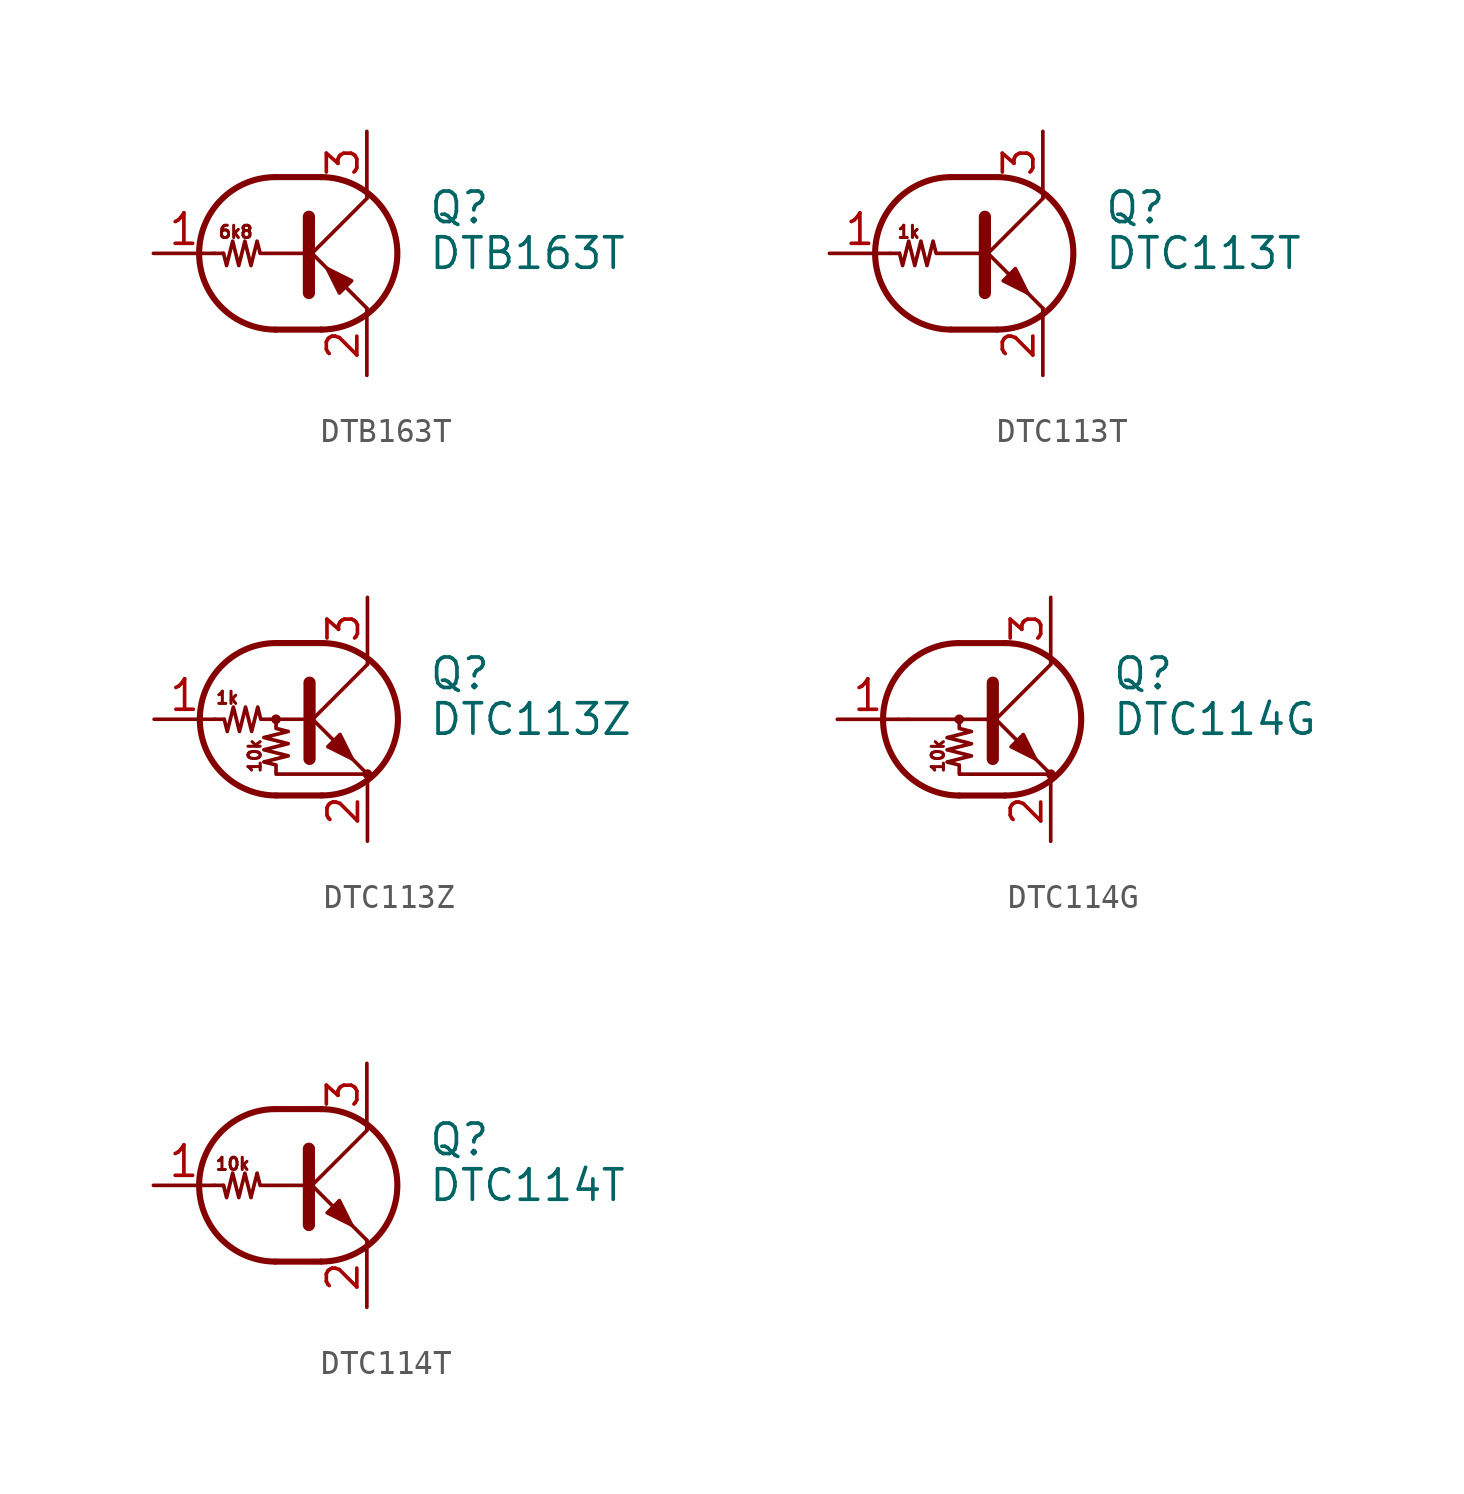
<source format=kicad_sym>
(kicad_symbol_lib
  (version 20200908)
  (generator kicad_symbol_editor)
  (symbol "Transistor_BJT:DTB163T"
    (pin_names
      (offset 0) hide)
    (property "Reference" "Q"
      (at 5.08 1.905 0)
      (effects (font (size 1.27 1.27)) (justify left)))
    (property "Value" "DTB163T"
      (at 5.08 0 0)
      (effects (font (size 1.27 1.27)) (justify left)))
    (symbol "DTB163T_0_1"
      (arc (start -1.27 3.175) (end -1.27 -3.175) (radius (at -1.27 0) (length 3.175) (angles 90.1 -90.1)) (stroke (width 0.254)) (fill (type none)))
      (arc (start 0.635 -3.175) (end 0.635 3.175) (radius (at 0.635 0) (length 3.175) (angles -89.9 89.9)) (stroke (width 0.254)) (fill (type none)))
      (polyline (pts (xy -3.429 0) (xy -3.81 0)) (stroke (width 0)) (fill (type none)))
      (polyline (pts (xy -1.27 -3.175) (xy 0.635 -3.175)) (stroke (width 0.254)) (fill (type none)))
      (polyline (pts (xy -1.27 3.175) (xy 0.635 3.175)) (stroke (width 0.254)) (fill (type none)))
      (polyline (pts (xy 0 -0.254) (xy 2.54 2.286)) (stroke (width 0)) (fill (type none)))
      (polyline (pts (xy 0.127 1.524) (xy 0.127 -1.651)) (stroke (width 0.508)) (fill (type outline)))
      (polyline (pts (xy 2.54 2.286) (xy 2.54 2.54)) (stroke (width 0)) (fill (type none)))
      (polyline (pts (xy 2.54 -2.286) (xy 0 0.254) (xy 0 0.254)) (stroke (width 0)) (fill (type none)))
      (polyline (pts (xy 1.397 -1.651) (xy 1.905 -1.143) (xy 0.889 -0.635) (xy 1.397 -1.651)) (stroke (width 0)) (fill (type outline)))
      (polyline (pts (xy 0 0) (xy -1.905 0) (xy -2.032 0.508) (xy -2.286 -0.508) (xy -2.54 0.508) (xy -2.794 -0.508) (xy -3.048 0.508) (xy -3.302 -0.508) (xy -3.429 0)) (stroke (width 0)) (fill (type none))))
    (symbol "DTB163T_0_0"
      (text "6k8" (at -2.921 0.889 0) (effects (font (size 0.508 0.508))))
      (polyline (pts (xy 2.54 -2.286) (xy 2.54 -2.54)) (stroke (width 0)) (fill (type none))))
    (symbol "DTB163T_1_1"
      (pin input line (at -6.35 0 0) (length 2.54) (name "B" (effects (font (size 1.27 1.27)))) (number "1" (effects (font (size 1.27 1.27)))))
      (pin passive line (at 2.54 -5.08 90) (length 2.54) (name "E" (effects (font (size 1.27 1.27)))) (number "2" (effects (font (size 1.27 1.27)))))
      (pin passive line (at 2.54 5.08 270) (length 2.54) (name "C" (effects (font (size 1.27 1.27)))) (number "3" (effects (font (size 1.27 1.27)))))))
  (symbol "Transistor_BJT:DTC113T"
    (pin_names
      (offset 0) hide)
    (property "Reference" "Q"
      (at 5.08 1.905 0)
      (effects (font (size 1.27 1.27)) (justify left)))
    (property "Value" "DTC113T"
      (at 5.08 0 0)
      (effects (font (size 1.27 1.27)) (justify left)))
    (symbol "DTC113T_0_1"
      (arc (start -1.27 3.175) (end -1.27 -3.175) (radius (at -1.27 0) (length 3.175) (angles 90.1 -90.1)) (stroke (width 0.254)) (fill (type none)))
      (arc (start 0.635 -3.175) (end 0.635 3.175) (radius (at 0.635 0) (length 3.175) (angles -89.9 89.9)) (stroke (width 0.254)) (fill (type none)))
      (polyline (pts (xy -3.429 0) (xy -3.81 0)) (stroke (width 0)) (fill (type none)))
      (polyline (pts (xy -1.27 -3.175) (xy 0.635 -3.175)) (stroke (width 0.254)) (fill (type none)))
      (polyline (pts (xy -1.27 3.175) (xy 0.635 3.175)) (stroke (width 0.254)) (fill (type none)))
      (polyline (pts (xy 0 -0.254) (xy 2.54 2.286)) (stroke (width 0)) (fill (type none)))
      (polyline (pts (xy 0.127 1.524) (xy 0.127 -1.651)) (stroke (width 0.508)) (fill (type outline)))
      (polyline (pts (xy 2.54 2.286) (xy 2.54 2.54)) (stroke (width 0)) (fill (type none)))
      (polyline (pts (xy 2.54 -2.286) (xy 0 0.254) (xy 0 0.254)) (stroke (width 0)) (fill (type none)))
      (polyline (pts (xy 0.889 -1.143) (xy 1.397 -0.635) (xy 1.905 -1.651) (xy 0.889 -1.143)) (stroke (width 0)) (fill (type outline)))
      (polyline (pts (xy 0 0) (xy -1.905 0) (xy -2.032 0.508) (xy -2.286 -0.508) (xy -2.54 0.508) (xy -2.794 -0.508) (xy -3.048 0.508) (xy -3.302 -0.508) (xy -3.429 0)) (stroke (width 0)) (fill (type none))))
    (symbol "DTC113T_0_0"
      (text "1k" (at -3.048 0.889 0) (effects (font (size 0.508 0.508))))
      (polyline (pts (xy 2.54 -2.286) (xy 2.54 -2.54)) (stroke (width 0)) (fill (type none))))
    (symbol "DTC113T_1_1"
      (pin input line (at -6.35 0 0) (length 2.54) (name "B" (effects (font (size 1.27 1.27)))) (number "1" (effects (font (size 1.27 1.27)))))
      (pin passive line (at 2.54 -5.08 90) (length 2.54) (name "E" (effects (font (size 1.27 1.27)))) (number "2" (effects (font (size 1.27 1.27)))))
      (pin passive line (at 2.54 5.08 270) (length 2.54) (name "C" (effects (font (size 1.27 1.27)))) (number "3" (effects (font (size 1.27 1.27)))))))
  (symbol "Transistor_BJT:DTC113Z"
    (pin_names
      (offset 0) hide)
    (property "Reference" "Q"
      (at 5.08 1.905 0)
      (effects (font (size 1.27 1.27)) (justify left)))
    (property "Value" "DTC113Z"
      (at 5.08 0 0)
      (effects (font (size 1.27 1.27)) (justify left)))
    (symbol "DTC113Z_0_1"
      (arc (start -1.27 3.175) (end -1.27 -3.175) (radius (at -1.27 0) (length 3.175) (angles 90.1 -90.1)) (stroke (width 0.254)) (fill (type none)))
      (arc (start 0.635 -3.175) (end 0.635 3.175) (radius (at 0.635 0) (length 3.175) (angles -89.9 89.9)) (stroke (width 0.254)) (fill (type none)))
      (circle (center -1.27 0) (radius 0.127) (stroke (width 0)) (fill (type none)))
      (circle (center 2.54 -2.286) (radius 0.127) (stroke (width 0)) (fill (type none)))
      (polyline (pts (xy -3.429 0) (xy -3.81 0)) (stroke (width 0)) (fill (type none)))
      (polyline (pts (xy -1.27 -3.175) (xy 0.635 -3.175)) (stroke (width 0.254)) (fill (type none)))
      (polyline (pts (xy -1.27 3.175) (xy 0.635 3.175)) (stroke (width 0.254)) (fill (type none)))
      (polyline (pts (xy 0 -0.254) (xy 2.54 2.286)) (stroke (width 0)) (fill (type none)))
      (polyline (pts (xy 0.127 1.524) (xy 0.127 -1.651)) (stroke (width 0.508)) (fill (type outline)))
      (polyline (pts (xy 2.54 2.286) (xy 2.54 2.54)) (stroke (width 0)) (fill (type none)))
      (polyline (pts (xy 2.54 -2.286) (xy 0 0.254) (xy 0 0.254)) (stroke (width 0)) (fill (type none)))
      (polyline (pts (xy 0.889 -1.143) (xy 1.397 -0.635) (xy 1.905 -1.651) (xy 0.889 -1.143)) (stroke (width 0)) (fill (type outline)))
      (polyline (pts (xy 0 0) (xy -1.905 0) (xy -2.032 0.508) (xy -2.286 -0.508) (xy -2.54 0.508) (xy -2.794 -0.508) (xy -3.048 0.508) (xy -3.302 -0.508) (xy -3.429 0)) (stroke (width 0)) (fill (type none)))
      (polyline (pts (xy -1.27 0) (xy -1.27 -0.381) (xy -0.762 -0.508) (xy -1.778 -0.762) (xy -0.762 -1.016) (xy -1.778 -1.27) (xy -0.762 -1.524) (xy -1.778 -1.778) (xy -1.27 -1.905) (xy -1.27 -2.286) (xy 2.54 -2.286)) (stroke (width 0)) (fill (type none))))
    (symbol "DTC113Z_0_0"
      (text "10k" (at -2.159 -1.524 900) (effects (font (size 0.508 0.508))))
      (text "1k" (at -3.302 0.889 0) (effects (font (size 0.508 0.508)))))
    (symbol "DTC113Z_1_1"
      (pin input line (at -6.35 0 0) (length 2.54) (name "B" (effects (font (size 1.27 1.27)))) (number "1" (effects (font (size 1.27 1.27)))))
      (pin passive line (at 2.54 -5.08 90) (length 2.54) (name "E" (effects (font (size 1.27 1.27)))) (number "2" (effects (font (size 1.27 1.27)))))
      (pin passive line (at 2.54 5.08 270) (length 2.54) (name "C" (effects (font (size 1.27 1.27)))) (number "3" (effects (font (size 1.27 1.27)))))))
  (symbol "Transistor_BJT:DTC114G"
    (pin_names
      (offset 0) hide)
    (property "Reference" "Q"
      (at 5.08 1.905 0)
      (effects (font (size 1.27 1.27)) (justify left)))
    (property "Value" "DTC114G"
      (at 5.08 0 0)
      (effects (font (size 1.27 1.27)) (justify left)))
    (symbol "DTC114G_0_1"
      (arc (start -1.27 3.175) (end -1.27 -3.175) (radius (at -1.27 0) (length 3.175) (angles 90.1 -90.1)) (stroke (width 0.254)) (fill (type none)))
      (arc (start 0.635 -3.175) (end 0.635 3.175) (radius (at 0.635 0) (length 3.175) (angles -89.9 89.9)) (stroke (width 0.254)) (fill (type none)))
      (circle (center -1.27 0) (radius 0.127) (stroke (width 0)) (fill (type none)))
      (circle (center 2.54 -2.286) (radius 0.127) (stroke (width 0)) (fill (type none)))
      (polyline (pts (xy -3.429 0) (xy -3.81 0)) (stroke (width 0)) (fill (type none)))
      (polyline (pts (xy -1.27 -3.175) (xy 0.635 -3.175)) (stroke (width 0.254)) (fill (type none)))
      (polyline (pts (xy -1.27 3.175) (xy 0.635 3.175)) (stroke (width 0.254)) (fill (type none)))
      (polyline (pts (xy 0 -0.254) (xy 2.54 2.286)) (stroke (width 0)) (fill (type none)))
      (polyline (pts (xy 0.127 1.524) (xy 0.127 -1.651)) (stroke (width 0.508)) (fill (type outline)))
      (polyline (pts (xy 2.54 2.286) (xy 2.54 2.54)) (stroke (width 0)) (fill (type none)))
      (polyline (pts (xy 2.54 -2.286) (xy 0 0.254) (xy 0 0.254)) (stroke (width 0)) (fill (type none)))
      (polyline (pts (xy 0.889 -1.143) (xy 1.397 -0.635) (xy 1.905 -1.651) (xy 0.889 -1.143)) (stroke (width 0)) (fill (type outline)))
      (polyline (pts (xy -1.27 0) (xy -1.27 -0.381) (xy -0.762 -0.508) (xy -1.778 -0.762) (xy -0.762 -1.016) (xy -1.778 -1.27) (xy -0.762 -1.524) (xy -1.778 -1.778) (xy -1.27 -1.905) (xy -1.27 -2.286) (xy 2.54 -2.286)) (stroke (width 0)) (fill (type none))))
    (symbol "DTC114G_0_0"
      (text "10k" (at -2.159 -1.524 900) (effects (font (size 0.508 0.508))))
      (polyline (pts (xy -3.429 0) (xy 0 0)) (stroke (width 0)) (fill (type none))))
    (symbol "DTC114G_1_1"
      (pin input line (at -6.35 0 0) (length 2.54) (name "B" (effects (font (size 1.27 1.27)))) (number "1" (effects (font (size 1.27 1.27)))))
      (pin passive line (at 2.54 -5.08 90) (length 2.54) (name "E" (effects (font (size 1.27 1.27)))) (number "2" (effects (font (size 1.27 1.27)))))
      (pin passive line (at 2.54 5.08 270) (length 2.54) (name "C" (effects (font (size 1.27 1.27)))) (number "3" (effects (font (size 1.27 1.27)))))))
  (symbol "Transistor_BJT:DTC114T"
    (pin_names
      (offset 0) hide)
    (property "Reference" "Q"
      (at 5.08 1.905 0)
      (effects (font (size 1.27 1.27)) (justify left)))
    (property "Value" "DTC114T"
      (at 5.08 0 0)
      (effects (font (size 1.27 1.27)) (justify left)))
    (symbol "DTC114T_0_1"
      (arc (start -1.27 3.175) (end -1.27 -3.175) (radius (at -1.27 0) (length 3.175) (angles 90.1 -90.1)) (stroke (width 0.254)) (fill (type none)))
      (arc (start 0.635 -3.175) (end 0.635 3.175) (radius (at 0.635 0) (length 3.175) (angles -89.9 89.9)) (stroke (width 0.254)) (fill (type none)))
      (polyline (pts (xy -3.429 0) (xy -3.81 0)) (stroke (width 0)) (fill (type none)))
      (polyline (pts (xy -1.27 -3.175) (xy 0.635 -3.175)) (stroke (width 0.254)) (fill (type none)))
      (polyline (pts (xy -1.27 3.175) (xy 0.635 3.175)) (stroke (width 0.254)) (fill (type none)))
      (polyline (pts (xy 0 -0.254) (xy 2.54 2.286)) (stroke (width 0)) (fill (type none)))
      (polyline (pts (xy 0.127 1.524) (xy 0.127 -1.651)) (stroke (width 0.508)) (fill (type outline)))
      (polyline (pts (xy 2.54 2.286) (xy 2.54 2.54)) (stroke (width 0)) (fill (type none)))
      (polyline (pts (xy 2.54 -2.286) (xy 0 0.254) (xy 0 0.254)) (stroke (width 0)) (fill (type none)))
      (polyline (pts (xy 0.889 -1.143) (xy 1.397 -0.635) (xy 1.905 -1.651) (xy 0.889 -1.143)) (stroke (width 0)) (fill (type outline)))
      (polyline (pts (xy 0 0) (xy -1.905 0) (xy -2.032 0.508) (xy -2.286 -0.508) (xy -2.54 0.508) (xy -2.794 -0.508) (xy -3.048 0.508) (xy -3.302 -0.508) (xy -3.429 0)) (stroke (width 0)) (fill (type none))))
    (symbol "DTC114T_0_0"
      (text "10k" (at -3.048 0.889 0) (effects (font (size 0.508 0.508))))
      (polyline (pts (xy 2.54 -2.286) (xy 2.54 -2.54)) (stroke (width 0)) (fill (type none))))
    (symbol "DTC114T_1_1"
      (pin input line (at -6.35 0 0) (length 2.54) (name "B" (effects (font (size 1.27 1.27)))) (number "1" (effects (font (size 1.27 1.27)))))
      (pin passive line (at 2.54 -5.08 90) (length 2.54) (name "E" (effects (font (size 1.27 1.27)))) (number "2" (effects (font (size 1.27 1.27)))))
      (pin passive line (at 2.54 5.08 270) (length 2.54) (name "C" (effects (font (size 1.27 1.27)))) (number "3" (effects (font (size 1.27 1.27))))))))
</source>
